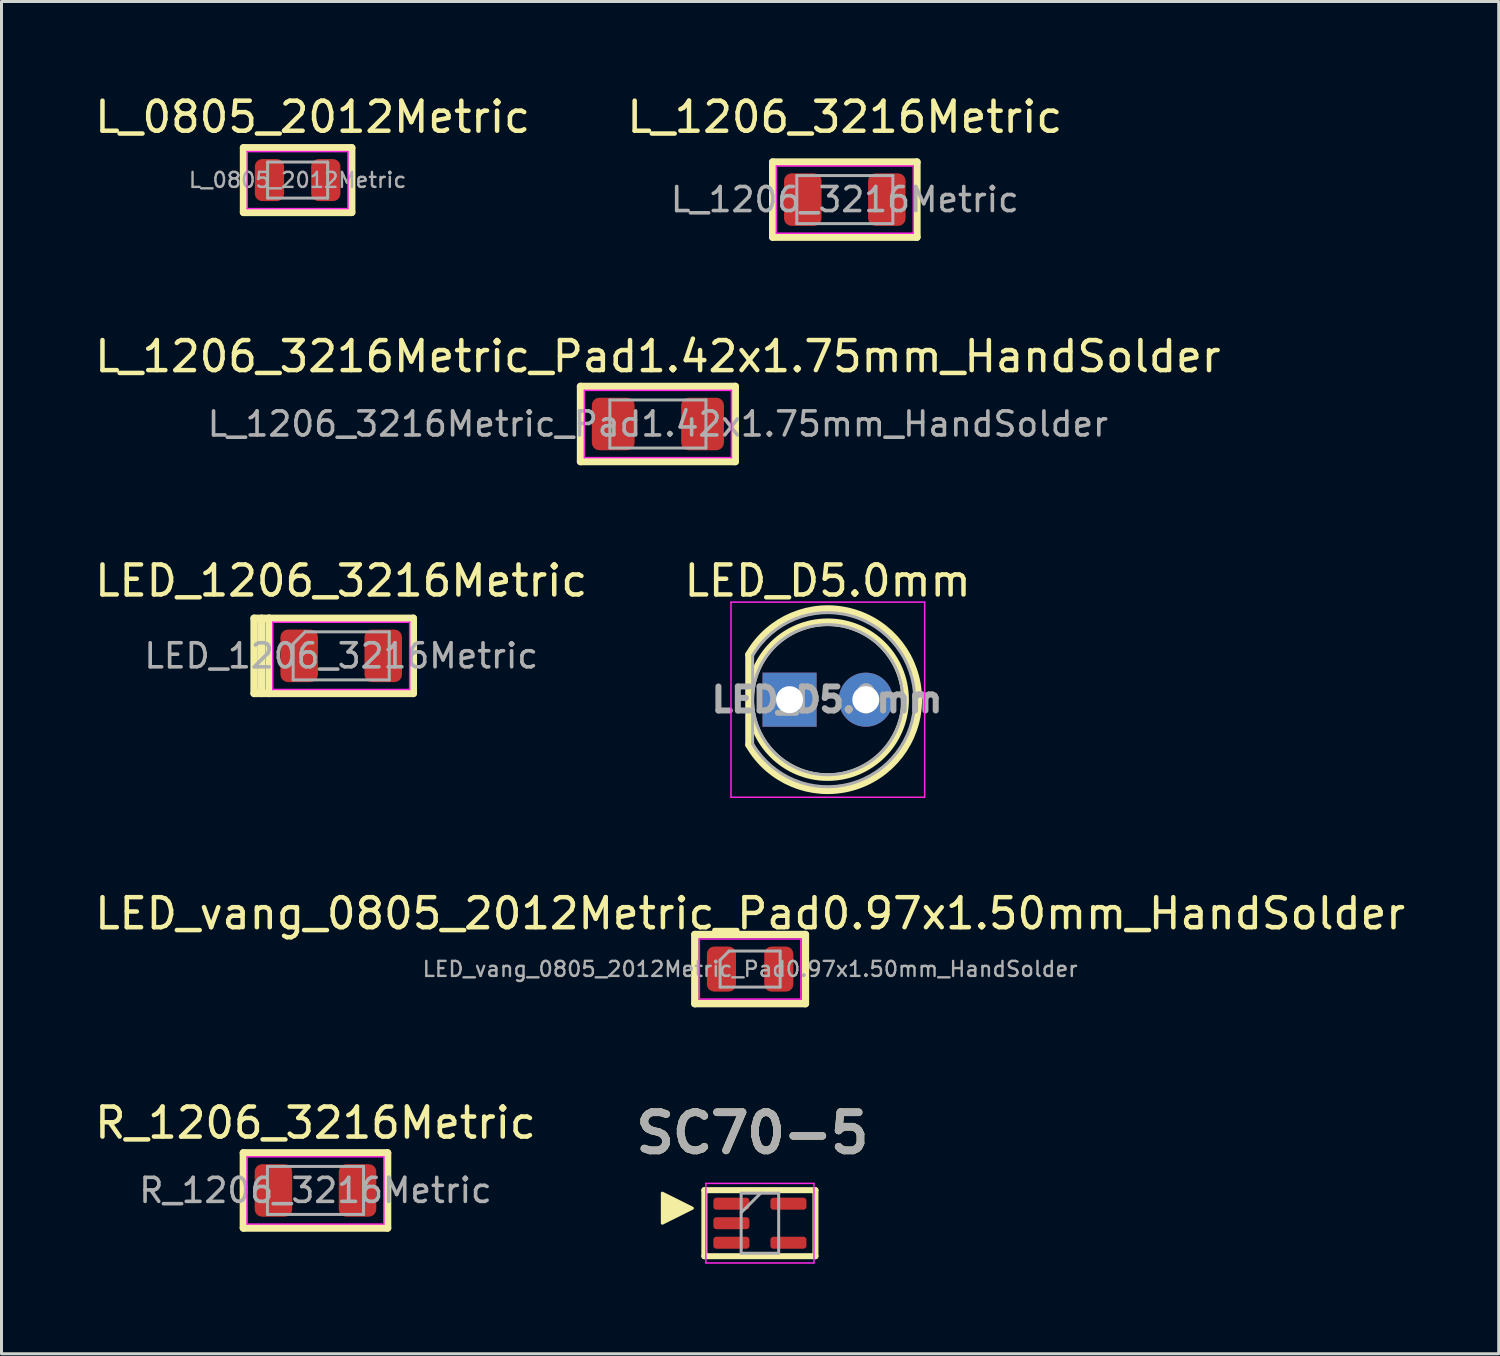
<source format=kicad_pcb>
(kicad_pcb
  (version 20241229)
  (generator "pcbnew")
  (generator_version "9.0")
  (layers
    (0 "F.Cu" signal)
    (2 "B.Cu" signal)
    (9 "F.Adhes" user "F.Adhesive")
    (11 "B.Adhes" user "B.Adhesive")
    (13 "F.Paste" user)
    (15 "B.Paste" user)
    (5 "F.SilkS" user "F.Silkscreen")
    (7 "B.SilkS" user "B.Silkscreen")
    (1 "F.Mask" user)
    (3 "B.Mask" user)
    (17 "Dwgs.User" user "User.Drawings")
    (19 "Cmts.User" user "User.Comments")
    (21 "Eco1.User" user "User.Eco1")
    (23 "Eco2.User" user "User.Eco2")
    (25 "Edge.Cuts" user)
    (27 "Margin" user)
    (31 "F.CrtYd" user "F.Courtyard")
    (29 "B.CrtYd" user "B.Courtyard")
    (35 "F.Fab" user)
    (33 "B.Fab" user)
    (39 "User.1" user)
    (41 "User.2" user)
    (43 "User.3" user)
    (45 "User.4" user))
  (footprint "L_1206_3216Metric"
    (layer "F.Cu")
    (at 25.089 3.598)
    (property "Reference" "L_1206_3216Metric" (at 0 -2.75 0) (layer "F.SilkS") (effects (font (size 1 1) (thickness 0.15))))
    (attr smd)
    (fp_line (start -2.4 -1.25) (end 2.4 -1.25) (stroke (width 0.25) (type solid)) (layer "F.SilkS"))
    (fp_line (start -2.4 1.25) (end -2.4 -1.25) (stroke (width 0.25) (type solid)) (layer "F.SilkS"))
    (fp_line (start -2.4 1.25) (end 2.4 1.25) (stroke (width 0.25) (type solid)) (layer "F.SilkS"))
    (fp_line (start 2.4 1.25) (end 2.4 -1.25) (stroke (width 0.25) (type solid)) (layer "F.SilkS"))
    (fp_line (start -2.28 -1.12) (end 2.28 -1.12) (stroke (width 0.05) (type solid)) (layer "F.CrtYd"))
    (fp_line (start -2.28 1.12) (end -2.28 -1.12) (stroke (width 0.05) (type solid)) (layer "F.CrtYd"))
    (fp_line (start 2.28 -1.12) (end 2.28 1.12) (stroke (width 0.05) (type solid)) (layer "F.CrtYd"))
    (fp_line (start 2.28 1.12) (end -2.28 1.12) (stroke (width 0.05) (type solid)) (layer "F.CrtYd"))
    (fp_line (start -1.6 -0.8) (end 1.6 -0.8) (stroke (width 0.1) (type solid)) (layer "F.Fab"))
    (fp_line (start -1.6 0.8) (end -1.6 -0.8) (stroke (width 0.1) (type solid)) (layer "F.Fab"))
    (fp_line (start 1.6 -0.8) (end 1.6 0.8) (stroke (width 0.1) (type solid)) (layer "F.Fab"))
    (fp_line (start 1.6 0.8) (end -1.6 0.8) (stroke (width 0.1) (type solid)) (layer "F.Fab"))
    (fp_text user "${REFERENCE}" (at 0 0 0) (layer "F.Fab") (effects (font (size 0.8 0.8) (thickness 0.12))))
    (pad "1" smd roundrect (at -1.4 0) (size 1.25 1.75) (layers "F.Cu" "F.Mask" "F.Paste") (roundrect_rratio 0.2))
    (pad "2" smd roundrect (at 1.4 0) (size 1.25 1.75) (layers "F.Cu" "F.Mask" "F.Paste") (roundrect_rratio 0.2)))
  (footprint "L_0805_2012Metric"
    (layer "F.Cu")
    (at 6.863 2.948)
    (property "Reference" "L_0805_2012Metric" (at 0.5 -2.1 0) (layer "F.SilkS") (effects (font (size 1 1) (thickness 0.15))))
    (attr smd)
    (fp_line (start -1.8 -1.075) (end 1.8 -1.075) (stroke (width 0.25) (type solid)) (layer "F.SilkS"))
    (fp_line (start -1.8 1.075) (end -1.8 -1.075) (stroke (width 0.25) (type solid)) (layer "F.SilkS"))
    (fp_line (start 1.8 1.075) (end -1.8 1.075) (stroke (width 0.25) (type solid)) (layer "F.SilkS"))
    (fp_line (start 1.8 1.075) (end 1.8 -1.075) (stroke (width 0.25) (type solid)) (layer "F.SilkS"))
    (fp_line (start -1.68 -0.95) (end 1.68 -0.95) (stroke (width 0.05) (type solid)) (layer "F.CrtYd"))
    (fp_line (start -1.68 0.95) (end -1.68 -0.95) (stroke (width 0.05) (type solid)) (layer "F.CrtYd"))
    (fp_line (start 1.68 -0.95) (end 1.68 0.95) (stroke (width 0.05) (type solid)) (layer "F.CrtYd"))
    (fp_line (start 1.68 0.95) (end -1.68 0.95) (stroke (width 0.05) (type solid)) (layer "F.CrtYd"))
    (fp_line (start -1 -0.6) (end 1 -0.6) (stroke (width 0.1) (type solid)) (layer "F.Fab"))
    (fp_line (start -1 0.6) (end -1 -0.6) (stroke (width 0.1) (type solid)) (layer "F.Fab"))
    (fp_line (start 1 -0.6) (end 1 0.6) (stroke (width 0.1) (type solid)) (layer "F.Fab"))
    (fp_line (start 1 0.6) (end -1 0.6) (stroke (width 0.1) (type solid)) (layer "F.Fab"))
    (fp_text user "${REFERENCE}" (at 0 0 0) (layer "F.Fab") (effects (font (size 0.5 0.5) (thickness 0.08))))
    (pad "1" smd roundrect (at -0.938 0) (size 0.975 1.4) (layers "F.Cu" "F.Mask" "F.Paste") (roundrect_rratio 0.25))
    (pad "2" smd roundrect (at 0.938 0) (size 0.975 1.4) (layers "F.Cu" "F.Mask" "F.Paste") (roundrect_rratio 0.25)))
  (footprint "L_1206_3216Metric_Pad1.42x1.75mm_HandSolder"
    (layer "F.Cu")
    (at 18.863 11.072)
    (property "Reference" "L_1206_3216Metric_Pad1.42x1.75mm_HandSolder" (at 0 -2.25 0) (layer "F.SilkS") (effects (font (size 1 1) (thickness 0.15))))
    (attr smd)
    (fp_line (start -2.575 -1.25) (end -2.575 1.25) (stroke (width 0.25) (type solid)) (layer "F.SilkS"))
    (fp_line (start -2.575 1.25) (end 2.575 1.25) (stroke (width 0.25) (type solid)) (layer "F.SilkS"))
    (fp_line (start 2.575 -1.25) (end -2.575 -1.25) (stroke (width 0.25) (type solid)) (layer "F.SilkS"))
    (fp_line (start 2.575 -1.25) (end 2.575 1.25) (stroke (width 0.25) (type solid)) (layer "F.SilkS"))
    (fp_line (start -2.45 -1.12) (end 2.45 -1.12) (stroke (width 0.05) (type solid)) (layer "F.CrtYd"))
    (fp_line (start -2.45 1.12) (end -2.45 -1.12) (stroke (width 0.05) (type solid)) (layer "F.CrtYd"))
    (fp_line (start 2.45 -1.12) (end 2.45 1.12) (stroke (width 0.05) (type solid)) (layer "F.CrtYd"))
    (fp_line (start 2.45 1.12) (end -2.45 1.12) (stroke (width 0.05) (type solid)) (layer "F.CrtYd"))
    (fp_line (start -1.6 -0.8) (end 1.6 -0.8) (stroke (width 0.1) (type solid)) (layer "F.Fab"))
    (fp_line (start -1.6 0.8) (end -1.6 -0.8) (stroke (width 0.1) (type solid)) (layer "F.Fab"))
    (fp_line (start 1.6 -0.8) (end 1.6 0.8) (stroke (width 0.1) (type solid)) (layer "F.Fab"))
    (fp_line (start 1.6 0.8) (end -1.6 0.8) (stroke (width 0.1) (type solid)) (layer "F.Fab"))
    (fp_text user "${REFERENCE}" (at 0 0 0) (layer "F.Fab") (effects (font (size 0.8 0.8) (thickness 0.12))))
    (pad "1" smd roundrect (at -1.488 0) (size 1.425 1.75) (layers "F.Cu" "F.Mask" "F.Paste") (roundrect_rratio 0.175))
    (pad "2" smd roundrect (at 1.488 0) (size 1.425 1.75) (layers "F.Cu" "F.Mask" "F.Paste") (roundrect_rratio 0.175)))
  (footprint "LED_vang_0805_2012Metric_Pad0.97x1.50mm_HandSolder"
    (layer "F.Cu")
    (at 21.935 29.228)
    (property "Reference" "LED_vang_0805_2012Metric_Pad0.97x1.50mm_HandSolder" (at 0 -1.85 0) (layer "F.SilkS") (effects (font (size 1 1) (thickness 0.15))))
    (attr smd)
    (fp_line (start -1.84 -1.15) (end -1.84 1.15) (stroke (width 0.25) (type solid)) (layer "F.SilkS"))
    (fp_line (start -1.84 1.15) (end 1.84 1.15) (stroke (width 0.25) (type solid)) (layer "F.SilkS"))
    (fp_line (start 1.84 -1.15) (end -1.84 -1.15) (stroke (width 0.25) (type solid)) (layer "F.SilkS"))
    (fp_line (start 1.84 -1.15) (end 1.84 1.15) (stroke (width 0.25) (type solid)) (layer "F.SilkS"))
    (fp_line (start -1.69 -1) (end 1.69 -1) (stroke (width 0.05) (type solid)) (layer "F.CrtYd"))
    (fp_line (start -1.69 1) (end -1.69 -1) (stroke (width 0.05) (type solid)) (layer "F.CrtYd"))
    (fp_line (start 1.69 -1) (end 1.69 1) (stroke (width 0.05) (type solid)) (layer "F.CrtYd"))
    (fp_line (start 1.69 1) (end -1.69 1) (stroke (width 0.05) (type solid)) (layer "F.CrtYd"))
    (fp_line (start -1 -0.3) (end -1 0.6) (stroke (width 0.1) (type solid)) (layer "F.Fab"))
    (fp_line (start -1 0.6) (end 1 0.6) (stroke (width 0.1) (type solid)) (layer "F.Fab"))
    (fp_line (start -0.7 -0.6) (end -1 -0.3) (stroke (width 0.1) (type solid)) (layer "F.Fab"))
    (fp_line (start 1 -0.6) (end -0.7 -0.6) (stroke (width 0.1) (type solid)) (layer "F.Fab"))
    (fp_line (start 1 0.6) (end 1 -0.6) (stroke (width 0.1) (type solid)) (layer "F.Fab"))
    (fp_text user "${REFERENCE}" (at 0 0 0) (layer "F.Fab") (effects (font (size 0.5 0.5) (thickness 0.08))))
    (pad "1" smd roundrect (at -0.955 0) (size 0.97 1.5) (layers "F.Cu" "F.Mask" "F.Paste") (roundrect_rratio 0.25))
    (pad "2" smd roundrect (at 0.955 0) (size 0.97 1.5) (layers "F.Cu" "F.Mask" "F.Paste") (roundrect_rratio 0.25)))
  (footprint "SC70-5"
    (layer "F.Cu")
    (at 22.261 37.692)
    (property "Reference" "SC70-5" (at -0.25 -3 0) (layer "F.SilkS") (effects (font (size 1.27 1.27) (thickness 0.254))))
    (attr smd)
    (fp_line (start -1.85 -1.1) (end 1.85 -1.1) (stroke (width 0.2) (type solid)) (layer "F.SilkS"))
    (fp_line (start -1.85 1.1) (end -1.85 -1.1) (stroke (width 0.2) (type solid)) (layer "F.SilkS"))
    (fp_line (start 1.85 -1.1) (end 1.85 1.1) (stroke (width 0.2) (type solid)) (layer "F.SilkS"))
    (fp_line (start 1.85 1.1) (end -1.85 1.1) (stroke (width 0.2) (type solid)) (layer "F.SilkS"))
    (fp_poly (pts (xy -2.25 -0.5) (xy -3.25 0) (xy -3.25 -1)) (stroke (width 0.1) (type solid)) (fill yes) (layer "F.SilkS"))
    (fp_line (start -1.8 -1.325) (end 1.8 -1.325) (stroke (width 0.05) (type solid)) (layer "F.CrtYd"))
    (fp_line (start -1.8 1.325) (end -1.8 -1.325) (stroke (width 0.05) (type solid)) (layer "F.CrtYd"))
    (fp_line (start 1.8 -1.325) (end 1.8 1.325) (stroke (width 0.05) (type solid)) (layer "F.CrtYd"))
    (fp_line (start 1.8 1.325) (end -1.8 1.325) (stroke (width 0.05) (type solid)) (layer "F.CrtYd"))
    (fp_line (start -0.625 -1) (end 0.625 -1) (stroke (width 0.1) (type solid)) (layer "F.Fab"))
    (fp_line (start -0.625 -0.35) (end 0.025 -1) (stroke (width 0.1) (type solid)) (layer "F.Fab"))
    (fp_line (start -0.625 1) (end -0.625 -1) (stroke (width 0.1) (type solid)) (layer "F.Fab"))
    (fp_line (start 0.625 -1) (end 0.625 1) (stroke (width 0.1) (type solid)) (layer "F.Fab"))
    (fp_line (start 0.625 1) (end -0.625 1) (stroke (width 0.1) (type solid)) (layer "F.Fab"))
    (fp_text user "${REFERENCE}" (at -0.25 -3 0) (layer "F.Fab") (effects (font (size 1.27 1.27) (thickness 0.254))))
    (pad "1" smd roundrect (at -0.95 -0.65 90) (size 0.4 1.2) (layers "F.Cu" "F.Mask" "F.Paste") (roundrect_rratio 0.25))
    (pad "2" smd roundrect (at -0.95 0 90) (size 0.4 1.2) (layers "F.Cu" "F.Mask" "F.Paste") (roundrect_rratio 0.25))
    (pad "3" smd roundrect (at -0.95 0.65 90) (size 0.4 1.2) (layers "F.Cu" "F.Mask" "F.Paste") (roundrect_rratio 0.25))
    (pad "4" smd roundrect (at 0.95 0.65 90) (size 0.4 1.2) (layers "F.Cu" "F.Mask" "F.Paste") (roundrect_rratio 0.25))
    (pad "5" smd roundrect (at 0.95 -0.65 90) (size 0.4 1.2) (layers "F.Cu" "F.Mask" "F.Paste") (roundrect_rratio 0.25)))
  (footprint "R_1206_3216Metric"
    (layer "F.Cu")
    (at 7.458 36.601)
    (property "Reference" "R_1206_3216Metric" (at 0 -2.25 0) (layer "F.SilkS") (effects (font (size 1 1) (thickness 0.15))))
    (attr smd)
    (fp_line (start -2.4 -1.25) (end 2.4 -1.25) (stroke (width 0.25) (type solid)) (layer "F.SilkS"))
    (fp_line (start -2.4 1.25) (end -2.4 -1.25) (stroke (width 0.25) (type solid)) (layer "F.SilkS"))
    (fp_line (start -2.4 1.25) (end 2.4 1.25) (stroke (width 0.25) (type solid)) (layer "F.SilkS"))
    (fp_line (start 2.4 1.25) (end 2.4 -1.25) (stroke (width 0.25) (type solid)) (layer "F.SilkS"))
    (fp_line (start -2.28 -1.12) (end 2.28 -1.12) (stroke (width 0.05) (type solid)) (layer "F.CrtYd"))
    (fp_line (start -2.28 1.12) (end -2.28 -1.12) (stroke (width 0.05) (type solid)) (layer "F.CrtYd"))
    (fp_line (start 2.28 -1.12) (end 2.28 1.12) (stroke (width 0.05) (type solid)) (layer "F.CrtYd"))
    (fp_line (start 2.28 1.12) (end -2.28 1.12) (stroke (width 0.05) (type solid)) (layer "F.CrtYd"))
    (fp_line (start -1.6 -0.8) (end 1.6 -0.8) (stroke (width 0.1) (type solid)) (layer "F.Fab"))
    (fp_line (start -1.6 0.8) (end -1.6 -0.8) (stroke (width 0.1) (type solid)) (layer "F.Fab"))
    (fp_line (start 1.6 -0.8) (end 1.6 0.8) (stroke (width 0.1) (type solid)) (layer "F.Fab"))
    (fp_line (start 1.6 0.8) (end -1.6 0.8) (stroke (width 0.1) (type solid)) (layer "F.Fab"))
    (fp_text user "${REFERENCE}" (at 0 0 0) (layer "F.Fab") (effects (font (size 0.8 0.8) (thickness 0.12))))
    (pad "1" smd roundrect (at -1.4 0) (size 1.25 1.75) (layers "F.Cu" "F.Mask" "F.Paste") (roundrect_rratio 0.2))
    (pad "2" smd roundrect (at 1.4 0) (size 1.25 1.75) (layers "F.Cu" "F.Mask" "F.Paste") (roundrect_rratio 0.2)))
  (footprint "LED_1206_3216Metric"
    (layer "F.Cu")
    (at 8.315 18.795)
    (property "Reference" "LED_1206_3216Metric" (at 0 -2.5 0) (layer "F.SilkS") (effects (font (size 1 1) (thickness 0.15))))
    (attr smd)
    (fp_line (start -2.9 -1.25) (end -2.9 1.25) (stroke (width 0.25) (type solid)) (layer "F.SilkS"))
    (fp_line (start -2.9 1.25) (end -2.4 1.25) (stroke (width 0.25) (type solid)) (layer "F.SilkS"))
    (fp_line (start -2.65 -1.25) (end -2.65 1.25) (stroke (width 0.25) (type solid)) (layer "F.SilkS"))
    (fp_line (start -2.4 -1.25) (end -2.9 -1.25) (stroke (width 0.25) (type solid)) (layer "F.SilkS"))
    (fp_line (start -2.4 -1.25) (end -2.4 1.25) (stroke (width 0.25) (type solid)) (layer "F.SilkS"))
    (fp_line (start -2.4 1.25) (end 2.4 1.25) (stroke (width 0.25) (type solid)) (layer "F.SilkS"))
    (fp_line (start 2.4 -1.25) (end -2.4 -1.25) (stroke (width 0.25) (type solid)) (layer "F.SilkS"))
    (fp_line (start 2.4 -1.25) (end 2.4 1.25) (stroke (width 0.25) (type solid)) (layer "F.SilkS"))
    (fp_line (start -2.28 -1.12) (end 2.28 -1.12) (stroke (width 0.05) (type solid)) (layer "F.CrtYd"))
    (fp_line (start -2.28 1.12) (end -2.28 -1.12) (stroke (width 0.05) (type solid)) (layer "F.CrtYd"))
    (fp_line (start 2.28 -1.12) (end 2.28 1.12) (stroke (width 0.05) (type solid)) (layer "F.CrtYd"))
    (fp_line (start 2.28 1.12) (end -2.28 1.12) (stroke (width 0.05) (type solid)) (layer "F.CrtYd"))
    (fp_line (start -1.6 -0.4) (end -1.6 0.8) (stroke (width 0.1) (type solid)) (layer "F.Fab"))
    (fp_line (start -1.6 0.8) (end 1.6 0.8) (stroke (width 0.1) (type solid)) (layer "F.Fab"))
    (fp_line (start -1.2 -0.8) (end -1.6 -0.4) (stroke (width 0.1) (type solid)) (layer "F.Fab"))
    (fp_line (start 1.6 -0.8) (end -1.2 -0.8) (stroke (width 0.1) (type solid)) (layer "F.Fab"))
    (fp_line (start 1.6 0.8) (end 1.6 -0.8) (stroke (width 0.1) (type solid)) (layer "F.Fab"))
    (fp_text user "${REFERENCE}" (at 0 0 0) (layer "F.Fab") (effects (font (size 0.8 0.8) (thickness 0.12))))
    (pad "1" smd roundrect (at -1.4 0) (size 1.25 1.75) (layers "F.Cu" "F.Mask" "F.Paste") (roundrect_rratio 0.2))
    (pad "2" smd roundrect (at 1.4 0) (size 1.25 1.75) (layers "F.Cu" "F.Mask" "F.Paste") (roundrect_rratio 0.2)))
  (footprint "LED_D5.0mm"
    (layer "F.Cu")
    (at 23.248 20.255)
    (property "Reference" "LED_D5.0mm" (at 1.27 -3.96 0) (layer "F.SilkS") (effects (font (size 1 1) (thickness 0.15))))
    (attr through_hole)
    (fp_line (start -1.35 -1.5) (end -1.35 1.5) (stroke (width 0.25) (type solid)) (layer "F.SilkS"))
    (fp_arc (start -1.35 -1.5) (mid 2.046081 -2.91755) (end 4.289006 0) (stroke (width 0.25) (type solid)) (layer "F.SilkS"))
    (fp_arc (start 4.289006 0) (mid 2.046081 2.91755) (end -1.35 1.5) (stroke (width 0.25) (type solid)) (layer "F.SilkS"))
    (fp_circle (center 1.27 0) (end 3.85 0) (stroke (width 0.25) (type solid)) (fill no) (layer "F.SilkS"))
    (fp_line (start -1.95 -3.25) (end -1.95 3.25) (stroke (width 0.05) (type solid)) (layer "F.CrtYd"))
    (fp_line (start -1.95 3.25) (end 4.5 3.25) (stroke (width 0.05) (type solid)) (layer "F.CrtYd"))
    (fp_line (start 4.5 -3.25) (end -1.95 -3.25) (stroke (width 0.05) (type solid)) (layer "F.CrtYd"))
    (fp_line (start 4.5 3.25) (end 4.5 -3.25) (stroke (width 0.05) (type solid)) (layer "F.CrtYd"))
    (fp_line (start -1.23 -1.47) (end -1.23 1.47) (stroke (width 0.1) (type solid)) (layer "F.Fab"))
    (fp_arc (start -1.23 -1.469694) (mid 4.17 0.000016) (end -1.230016 1.469666) (stroke (width 0.1) (type solid)) (layer "F.Fab"))
    (fp_circle (center 1.27 0) (end 1.27 -2.5) (stroke (width 0.1) (type solid)) (fill no) (layer "F.Fab"))
    (fp_text user "${REFERENCE}" (at 1.25 0 0) (layer "F.Fab") (effects (font (size 0.8 0.8) (thickness 0.2))))
    (pad "1" thru_hole rect (at 0 0) (size 1.8 1.8) (drill 0.9) (layers "*.Cu" "*.Mask"))
    (pad "2" thru_hole circle (at 2.54 0) (size 1.8 1.8) (drill 0.9) (layers "*.Cu" "*.Mask")))
  (gr_rect
    (start -3 -3)
    (end 46.869 42.042)
    (stroke (width 0.1) (type default))
    (fill no)
    (layer "Edge.Cuts")))
</source>
